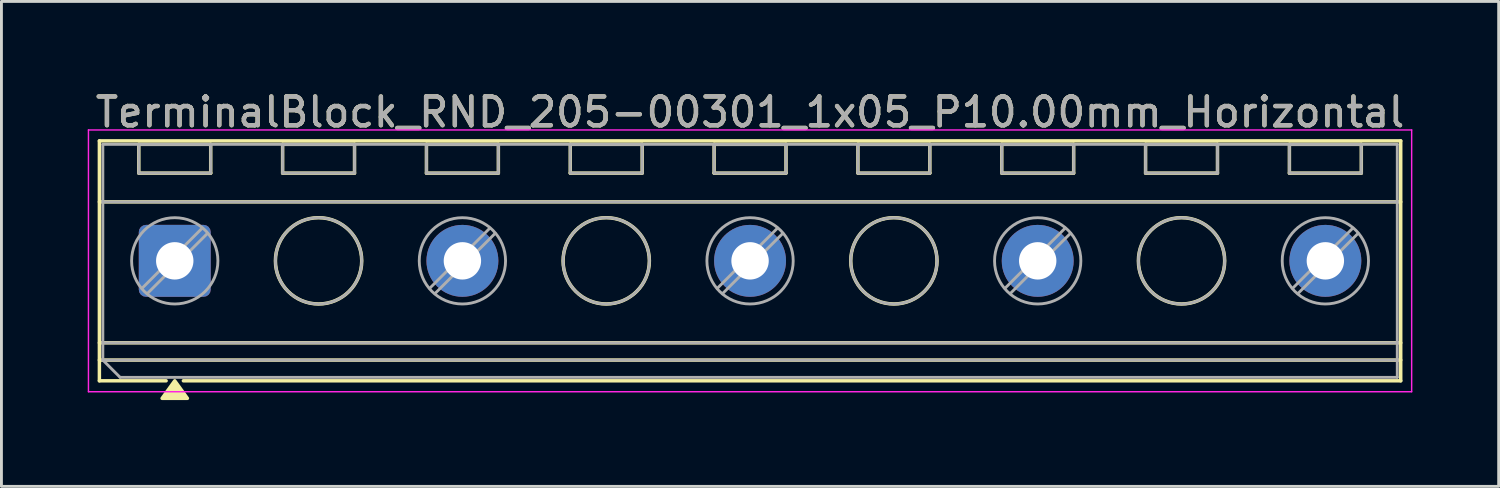
<source format=kicad_pcb>
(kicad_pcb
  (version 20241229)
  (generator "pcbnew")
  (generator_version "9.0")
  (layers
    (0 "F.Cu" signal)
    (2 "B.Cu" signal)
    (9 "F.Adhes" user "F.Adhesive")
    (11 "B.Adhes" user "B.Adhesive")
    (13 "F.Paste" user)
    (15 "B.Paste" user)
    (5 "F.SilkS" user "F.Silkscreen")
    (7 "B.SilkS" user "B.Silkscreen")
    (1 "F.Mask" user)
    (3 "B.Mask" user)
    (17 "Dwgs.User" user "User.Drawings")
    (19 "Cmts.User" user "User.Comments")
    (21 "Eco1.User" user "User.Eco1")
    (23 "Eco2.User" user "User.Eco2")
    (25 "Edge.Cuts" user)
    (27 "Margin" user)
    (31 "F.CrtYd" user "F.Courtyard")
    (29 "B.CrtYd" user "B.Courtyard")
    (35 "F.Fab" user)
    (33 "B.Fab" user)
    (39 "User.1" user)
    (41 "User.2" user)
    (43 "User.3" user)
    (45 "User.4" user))
  (footprint "TerminalBlock_RND_205-00301_1x05_P10.00mm_Horizontal"
    (layer "F.Cu")
    (at 3.025 6.018)
    (property "Reference" "TerminalBlock_RND_205-00301_1x05_P10.00mm_Horizontal" (at 20 -5.17 0) (layer "F.SilkS") (effects (font (size 1 1) (thickness 0.15))))
    (attr through_hole)
    (fp_line (start -2.62 -4.17) (end -2.62 4.17) (stroke (width 0.12) (type solid)) (layer "F.SilkS"))
    (fp_line (start -2.62 -4.17) (end 42.62 -4.17) (stroke (width 0.12) (type solid)) (layer "F.SilkS"))
    (fp_line (start -2.62 -2.05) (end 42.62 -2.05) (stroke (width 0.12) (type solid)) (layer "F.SilkS"))
    (fp_line (start -2.62 2.85) (end 42.62 2.85) (stroke (width 0.12) (type solid)) (layer "F.SilkS"))
    (fp_line (start -2.62 3.45) (end 42.62 3.45) (stroke (width 0.12) (type solid)) (layer "F.SilkS"))
    (fp_line (start -2.62 4.17) (end -0.3 4.17) (stroke (width 0.12) (type solid)) (layer "F.SilkS"))
    (fp_line (start -1.25 -4.05) (end -1.25 -3.05) (stroke (width 0.12) (type solid)) (layer "F.SilkS"))
    (fp_line (start -1.25 -4.05) (end 1.25 -4.05) (stroke (width 0.12) (type solid)) (layer "F.SilkS"))
    (fp_line (start -1.25 -3.05) (end 1.25 -3.05) (stroke (width 0.12) (type solid)) (layer "F.SilkS"))
    (fp_line (start 0.3 4.17) (end 42.62 4.17) (stroke (width 0.12) (type solid)) (layer "F.SilkS"))
    (fp_line (start 1.25 -4.05) (end 1.25 -3.05) (stroke (width 0.12) (type solid)) (layer "F.SilkS"))
    (fp_line (start 3.75 -4.05) (end 3.75 -3.05) (stroke (width 0.12) (type solid)) (layer "F.SilkS"))
    (fp_line (start 3.75 -4.05) (end 6.25 -4.05) (stroke (width 0.12) (type solid)) (layer "F.SilkS"))
    (fp_line (start 3.75 -3.05) (end 6.25 -3.05) (stroke (width 0.12) (type solid)) (layer "F.SilkS"))
    (fp_line (start 6.25 -4.05) (end 6.25 -3.05) (stroke (width 0.12) (type solid)) (layer "F.SilkS"))
    (fp_line (start 8.75 -4.05) (end 8.75 -3.05) (stroke (width 0.12) (type solid)) (layer "F.SilkS"))
    (fp_line (start 8.75 -4.05) (end 11.25 -4.05) (stroke (width 0.12) (type solid)) (layer "F.SilkS"))
    (fp_line (start 8.75 -3.05) (end 11.25 -3.05) (stroke (width 0.12) (type solid)) (layer "F.SilkS"))
    (fp_line (start 11.25 -4.05) (end 11.25 -3.05) (stroke (width 0.12) (type solid)) (layer "F.SilkS"))
    (fp_line (start 13.75 -4.05) (end 13.75 -3.05) (stroke (width 0.12) (type solid)) (layer "F.SilkS"))
    (fp_line (start 13.75 -4.05) (end 16.25 -4.05) (stroke (width 0.12) (type solid)) (layer "F.SilkS"))
    (fp_line (start 13.75 -3.05) (end 16.25 -3.05) (stroke (width 0.12) (type solid)) (layer "F.SilkS"))
    (fp_line (start 16.25 -4.05) (end 16.25 -3.05) (stroke (width 0.12) (type solid)) (layer "F.SilkS"))
    (fp_line (start 18.75 -4.05) (end 18.75 -3.05) (stroke (width 0.12) (type solid)) (layer "F.SilkS"))
    (fp_line (start 18.75 -4.05) (end 21.25 -4.05) (stroke (width 0.12) (type solid)) (layer "F.SilkS"))
    (fp_line (start 18.75 -3.05) (end 21.25 -3.05) (stroke (width 0.12) (type solid)) (layer "F.SilkS"))
    (fp_line (start 21.25 -4.05) (end 21.25 -3.05) (stroke (width 0.12) (type solid)) (layer "F.SilkS"))
    (fp_line (start 23.75 -4.05) (end 23.75 -3.05) (stroke (width 0.12) (type solid)) (layer "F.SilkS"))
    (fp_line (start 23.75 -4.05) (end 26.25 -4.05) (stroke (width 0.12) (type solid)) (layer "F.SilkS"))
    (fp_line (start 23.75 -3.05) (end 26.25 -3.05) (stroke (width 0.12) (type solid)) (layer "F.SilkS"))
    (fp_line (start 26.25 -4.05) (end 26.25 -3.05) (stroke (width 0.12) (type solid)) (layer "F.SilkS"))
    (fp_line (start 28.75 -4.05) (end 28.75 -3.05) (stroke (width 0.12) (type solid)) (layer "F.SilkS"))
    (fp_line (start 28.75 -4.05) (end 31.25 -4.05) (stroke (width 0.12) (type solid)) (layer "F.SilkS"))
    (fp_line (start 28.75 -3.05) (end 31.25 -3.05) (stroke (width 0.12) (type solid)) (layer "F.SilkS"))
    (fp_line (start 31.25 -4.05) (end 31.25 -3.05) (stroke (width 0.12) (type solid)) (layer "F.SilkS"))
    (fp_line (start 33.75 -4.05) (end 33.75 -3.05) (stroke (width 0.12) (type solid)) (layer "F.SilkS"))
    (fp_line (start 33.75 -4.05) (end 36.25 -4.05) (stroke (width 0.12) (type solid)) (layer "F.SilkS"))
    (fp_line (start 33.75 -3.05) (end 36.25 -3.05) (stroke (width 0.12) (type solid)) (layer "F.SilkS"))
    (fp_line (start 36.25 -4.05) (end 36.25 -3.05) (stroke (width 0.12) (type solid)) (layer "F.SilkS"))
    (fp_line (start 38.75 -4.05) (end 38.75 -3.05) (stroke (width 0.12) (type solid)) (layer "F.SilkS"))
    (fp_line (start 38.75 -4.05) (end 41.25 -4.05) (stroke (width 0.12) (type solid)) (layer "F.SilkS"))
    (fp_line (start 38.75 -3.05) (end 41.25 -3.05) (stroke (width 0.12) (type solid)) (layer "F.SilkS"))
    (fp_line (start 41.25 -4.05) (end 41.25 -3.05) (stroke (width 0.12) (type solid)) (layer "F.SilkS"))
    (fp_line (start 42.62 -4.17) (end 42.62 4.17) (stroke (width 0.12) (type solid)) (layer "F.SilkS"))
    (fp_circle (center 5 0) (end 6.5 0) (stroke (width 0.12) (type solid)) (fill no) (layer "F.SilkS"))
    (fp_circle (center 15 0) (end 16.5 0) (stroke (width 0.12) (type solid)) (fill no) (layer "F.SilkS"))
    (fp_circle (center 25 0) (end 26.5 0) (stroke (width 0.12) (type solid)) (fill no) (layer "F.SilkS"))
    (fp_circle (center 35 0) (end 36.5 0) (stroke (width 0.12) (type solid)) (fill no) (layer "F.SilkS"))
    (fp_poly (pts (xy 0 4.17) (xy 0.44 4.78) (xy -0.44 4.78)) (stroke (width 0.12) (type solid)) (fill yes) (layer "F.SilkS"))
    (fp_line (start -3 -4.55) (end -3 4.55) (stroke (width 0.05) (type solid)) (layer "F.CrtYd"))
    (fp_line (start -3 4.55) (end 43 4.55) (stroke (width 0.05) (type solid)) (layer "F.CrtYd"))
    (fp_line (start 43 -4.55) (end -3 -4.55) (stroke (width 0.05) (type solid)) (layer "F.CrtYd"))
    (fp_line (start 43 4.55) (end 43 -4.55) (stroke (width 0.05) (type solid)) (layer "F.CrtYd"))
    (fp_line (start -2.5 -4.05) (end 42.5 -4.05) (stroke (width 0.1) (type solid)) (layer "F.Fab"))
    (fp_line (start -2.5 -2.05) (end 42.5 -2.05) (stroke (width 0.1) (type solid)) (layer "F.Fab"))
    (fp_line (start -2.5 2.85) (end 42.5 2.85) (stroke (width 0.1) (type solid)) (layer "F.Fab"))
    (fp_line (start -2.5 3.45) (end -2.5 -4.05) (stroke (width 0.1) (type solid)) (layer "F.Fab"))
    (fp_line (start -2.5 3.45) (end 42.5 3.45) (stroke (width 0.1) (type solid)) (layer "F.Fab"))
    (fp_line (start -1.9 4.05) (end -2.5 3.45) (stroke (width 0.1) (type solid)) (layer "F.Fab"))
    (fp_line (start -1.25 -4.05) (end -1.25 -3.05) (stroke (width 0.1) (type solid)) (layer "F.Fab"))
    (fp_line (start -1.25 -3.05) (end 1.25 -3.05) (stroke (width 0.1) (type solid)) (layer "F.Fab"))
    (fp_line (start 0.955 -1.138) (end -1.138 0.955) (stroke (width 0.1) (type solid)) (layer "F.Fab"))
    (fp_line (start 1.138 -0.955) (end -0.955 1.138) (stroke (width 0.1) (type solid)) (layer "F.Fab"))
    (fp_line (start 1.25 -4.05) (end -1.25 -4.05) (stroke (width 0.1) (type solid)) (layer "F.Fab"))
    (fp_line (start 1.25 -3.05) (end 1.25 -4.05) (stroke (width 0.1) (type solid)) (layer "F.Fab"))
    (fp_line (start 3.75 -4.05) (end 3.75 -3.05) (stroke (width 0.1) (type solid)) (layer "F.Fab"))
    (fp_line (start 3.75 -3.05) (end 6.25 -3.05) (stroke (width 0.1) (type solid)) (layer "F.Fab"))
    (fp_line (start 6.25 -4.05) (end 3.75 -4.05) (stroke (width 0.1) (type solid)) (layer "F.Fab"))
    (fp_line (start 6.25 -3.05) (end 6.25 -4.05) (stroke (width 0.1) (type solid)) (layer "F.Fab"))
    (fp_line (start 8.75 -4.05) (end 8.75 -3.05) (stroke (width 0.1) (type solid)) (layer "F.Fab"))
    (fp_line (start 8.75 -3.05) (end 11.25 -3.05) (stroke (width 0.1) (type solid)) (layer "F.Fab"))
    (fp_line (start 10.955 -1.138) (end 8.862 0.955) (stroke (width 0.1) (type solid)) (layer "F.Fab"))
    (fp_line (start 11.138 -0.955) (end 9.045 1.138) (stroke (width 0.1) (type solid)) (layer "F.Fab"))
    (fp_line (start 11.25 -4.05) (end 8.75 -4.05) (stroke (width 0.1) (type solid)) (layer "F.Fab"))
    (fp_line (start 11.25 -3.05) (end 11.25 -4.05) (stroke (width 0.1) (type solid)) (layer "F.Fab"))
    (fp_line (start 13.75 -4.05) (end 13.75 -3.05) (stroke (width 0.1) (type solid)) (layer "F.Fab"))
    (fp_line (start 13.75 -3.05) (end 16.25 -3.05) (stroke (width 0.1) (type solid)) (layer "F.Fab"))
    (fp_line (start 16.25 -4.05) (end 13.75 -4.05) (stroke (width 0.1) (type solid)) (layer "F.Fab"))
    (fp_line (start 16.25 -3.05) (end 16.25 -4.05) (stroke (width 0.1) (type solid)) (layer "F.Fab"))
    (fp_line (start 18.75 -4.05) (end 18.75 -3.05) (stroke (width 0.1) (type solid)) (layer "F.Fab"))
    (fp_line (start 18.75 -3.05) (end 21.25 -3.05) (stroke (width 0.1) (type solid)) (layer "F.Fab"))
    (fp_line (start 20.955 -1.138) (end 18.862 0.955) (stroke (width 0.1) (type solid)) (layer "F.Fab"))
    (fp_line (start 21.138 -0.955) (end 19.045 1.138) (stroke (width 0.1) (type solid)) (layer "F.Fab"))
    (fp_line (start 21.25 -4.05) (end 18.75 -4.05) (stroke (width 0.1) (type solid)) (layer "F.Fab"))
    (fp_line (start 21.25 -3.05) (end 21.25 -4.05) (stroke (width 0.1) (type solid)) (layer "F.Fab"))
    (fp_line (start 23.75 -4.05) (end 23.75 -3.05) (stroke (width 0.1) (type solid)) (layer "F.Fab"))
    (fp_line (start 23.75 -3.05) (end 26.25 -3.05) (stroke (width 0.1) (type solid)) (layer "F.Fab"))
    (fp_line (start 26.25 -4.05) (end 23.75 -4.05) (stroke (width 0.1) (type solid)) (layer "F.Fab"))
    (fp_line (start 26.25 -3.05) (end 26.25 -4.05) (stroke (width 0.1) (type solid)) (layer "F.Fab"))
    (fp_line (start 28.75 -4.05) (end 28.75 -3.05) (stroke (width 0.1) (type solid)) (layer "F.Fab"))
    (fp_line (start 28.75 -3.05) (end 31.25 -3.05) (stroke (width 0.1) (type solid)) (layer "F.Fab"))
    (fp_line (start 30.955 -1.138) (end 28.862 0.955) (stroke (width 0.1) (type solid)) (layer "F.Fab"))
    (fp_line (start 31.138 -0.955) (end 29.045 1.138) (stroke (width 0.1) (type solid)) (layer "F.Fab"))
    (fp_line (start 31.25 -4.05) (end 28.75 -4.05) (stroke (width 0.1) (type solid)) (layer "F.Fab"))
    (fp_line (start 31.25 -3.05) (end 31.25 -4.05) (stroke (width 0.1) (type solid)) (layer "F.Fab"))
    (fp_line (start 33.75 -4.05) (end 33.75 -3.05) (stroke (width 0.1) (type solid)) (layer "F.Fab"))
    (fp_line (start 33.75 -3.05) (end 36.25 -3.05) (stroke (width 0.1) (type solid)) (layer "F.Fab"))
    (fp_line (start 36.25 -4.05) (end 33.75 -4.05) (stroke (width 0.1) (type solid)) (layer "F.Fab"))
    (fp_line (start 36.25 -3.05) (end 36.25 -4.05) (stroke (width 0.1) (type solid)) (layer "F.Fab"))
    (fp_line (start 38.75 -4.05) (end 38.75 -3.05) (stroke (width 0.1) (type solid)) (layer "F.Fab"))
    (fp_line (start 38.75 -3.05) (end 41.25 -3.05) (stroke (width 0.1) (type solid)) (layer "F.Fab"))
    (fp_line (start 40.955 -1.138) (end 38.862 0.955) (stroke (width 0.1) (type solid)) (layer "F.Fab"))
    (fp_line (start 41.138 -0.955) (end 39.045 1.138) (stroke (width 0.1) (type solid)) (layer "F.Fab"))
    (fp_line (start 41.25 -4.05) (end 38.75 -4.05) (stroke (width 0.1) (type solid)) (layer "F.Fab"))
    (fp_line (start 41.25 -3.05) (end 41.25 -4.05) (stroke (width 0.1) (type solid)) (layer "F.Fab"))
    (fp_line (start 42.5 -4.05) (end 42.5 4.05) (stroke (width 0.1) (type solid)) (layer "F.Fab"))
    (fp_line (start 42.5 4.05) (end -1.9 4.05) (stroke (width 0.1) (type solid)) (layer "F.Fab"))
    (fp_circle (center 0 0) (end 1.5 0) (stroke (width 0.1) (type solid)) (fill no) (layer "F.Fab"))
    (fp_circle (center 5 0) (end 6.5 0) (stroke (width 0.1) (type solid)) (fill no) (layer "F.Fab"))
    (fp_circle (center 10 0) (end 11.5 0) (stroke (width 0.1) (type solid)) (fill no) (layer "F.Fab"))
    (fp_circle (center 15 0) (end 16.5 0) (stroke (width 0.1) (type solid)) (fill no) (layer "F.Fab"))
    (fp_circle (center 20 0) (end 21.5 0) (stroke (width 0.1) (type solid)) (fill no) (layer "F.Fab"))
    (fp_circle (center 25 0) (end 26.5 0) (stroke (width 0.1) (type solid)) (fill no) (layer "F.Fab"))
    (fp_circle (center 30 0) (end 31.5 0) (stroke (width 0.1) (type solid)) (fill no) (layer "F.Fab"))
    (fp_circle (center 35 0) (end 36.5 0) (stroke (width 0.1) (type solid)) (fill no) (layer "F.Fab"))
    (fp_circle (center 40 0) (end 41.5 0) (stroke (width 0.1) (type solid)) (fill no) (layer "F.Fab"))
    (fp_text user "${REFERENCE}" (at 20 -5.17 0) (layer "F.Fab") (effects (font (size 1 1) (thickness 0.15))))
    (pad "1" thru_hole roundrect (at 0 0) (size 2.5 2.5) (drill 1.3) (layers "*.Cu" "*.Mask") (roundrect_rratio 0.1))
    (pad "2" thru_hole circle (at 10 0) (size 2.5 2.5) (drill 1.3) (layers "*.Cu" "*.Mask"))
    (pad "3" thru_hole circle (at 20 0) (size 2.5 2.5) (drill 1.3) (layers "*.Cu" "*.Mask"))
    (pad "4" thru_hole circle (at 30 0) (size 2.5 2.5) (drill 1.3) (layers "*.Cu" "*.Mask"))
    (pad "5" thru_hole circle (at 40 0) (size 2.5 2.5) (drill 1.3) (layers "*.Cu" "*.Mask")))
  (gr_rect
    (start -3 -3)
    (end 49.05 13.858)
    (stroke (width 0.1) (type default))
    (fill no)
    (layer "Edge.Cuts")))
</source>
